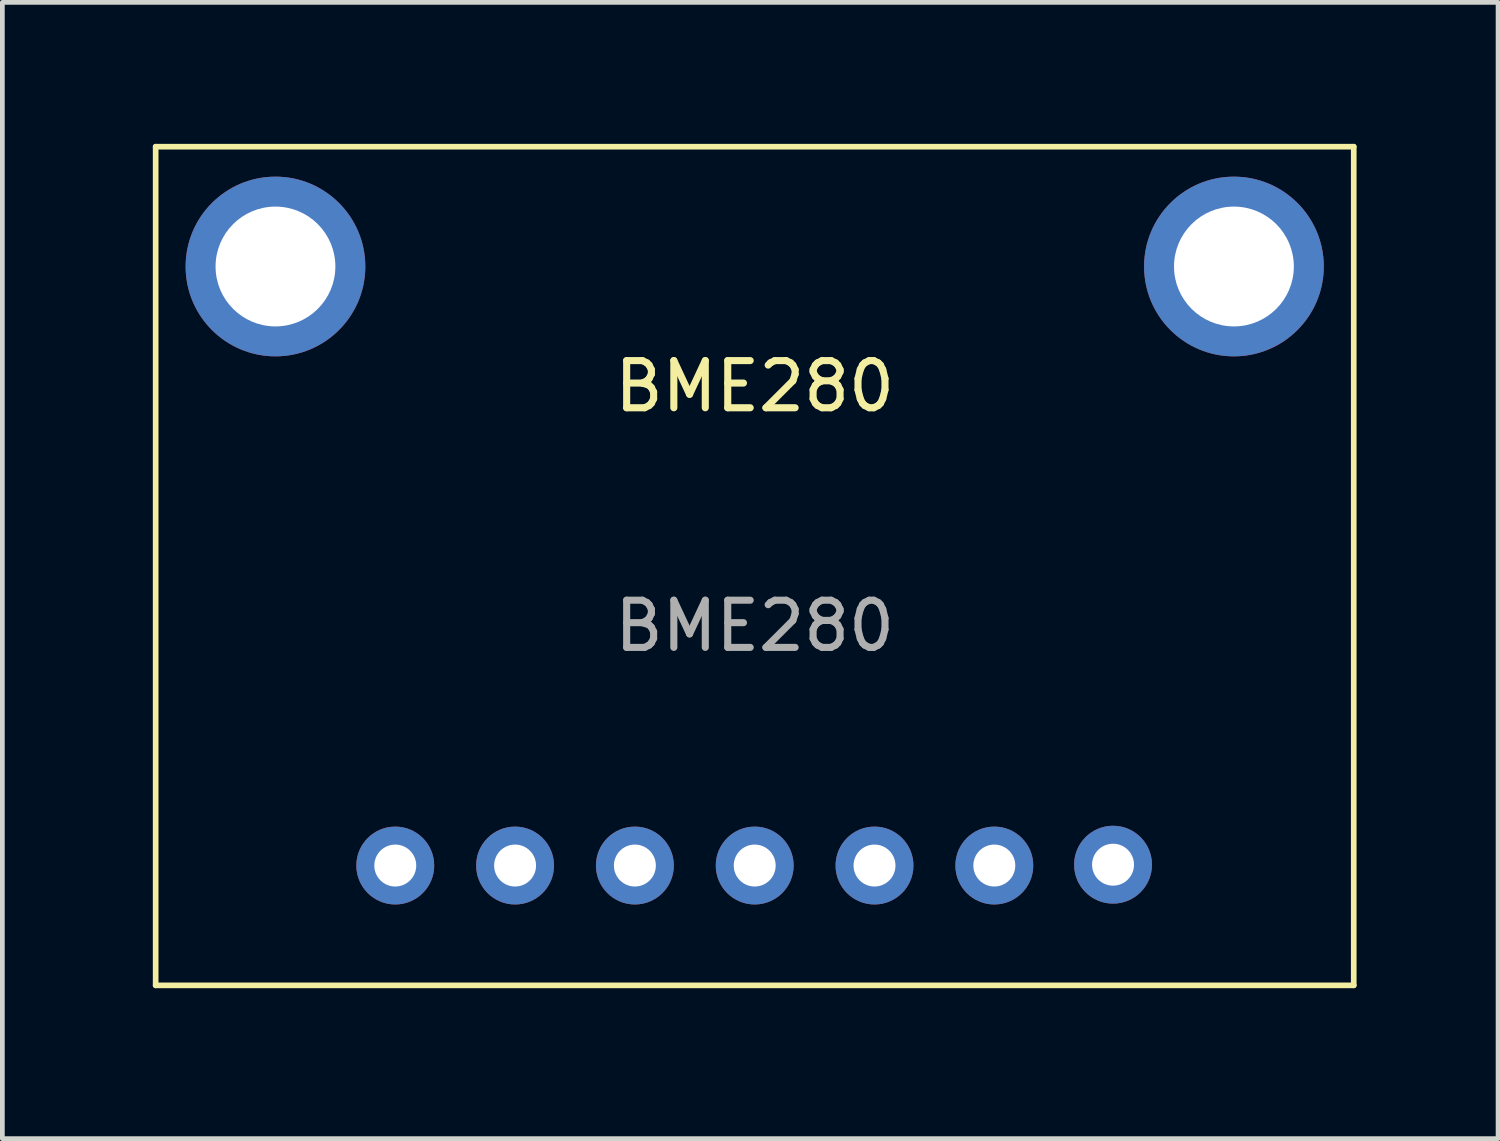
<source format=kicad_pcb>
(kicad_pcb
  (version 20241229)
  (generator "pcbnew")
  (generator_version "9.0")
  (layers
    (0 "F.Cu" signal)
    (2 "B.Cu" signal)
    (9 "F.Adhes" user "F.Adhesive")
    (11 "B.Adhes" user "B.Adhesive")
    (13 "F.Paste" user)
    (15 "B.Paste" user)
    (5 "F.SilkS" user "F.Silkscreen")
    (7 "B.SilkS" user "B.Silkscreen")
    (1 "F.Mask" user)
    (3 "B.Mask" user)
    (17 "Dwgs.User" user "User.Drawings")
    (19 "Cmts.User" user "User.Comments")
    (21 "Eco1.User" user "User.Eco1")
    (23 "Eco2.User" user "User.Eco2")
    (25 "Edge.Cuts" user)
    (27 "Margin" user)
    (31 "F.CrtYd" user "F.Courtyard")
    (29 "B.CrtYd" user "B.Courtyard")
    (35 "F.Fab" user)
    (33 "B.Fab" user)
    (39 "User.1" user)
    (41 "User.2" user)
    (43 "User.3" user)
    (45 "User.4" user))
  (footprint "BME280"
    (layer "F.Cu")
    (at 0.25 17.84)
    (property "Reference" "BME280" (at 12.7 -12.7 0) (unlocked yes) (layer "F.SilkS") (effects (font (size 1 1) (thickness 0.15))))
    (attr smd)
    (fp_line (start 0 -17.78) (end 0 0) (stroke (width 0.12) (type solid)) (layer "F.SilkS"))
    (fp_line (start 0 0) (end 25.4 0) (stroke (width 0.12) (type solid)) (layer "F.SilkS"))
    (fp_line (start 25.4 -17.78) (end 0 -17.78) (stroke (width 0.12) (type solid)) (layer "F.SilkS"))
    (fp_line (start 25.4 0) (end 25.4 -17.78) (stroke (width 0.12) (type solid)) (layer "F.SilkS"))
    (fp_text user "${REFERENCE}" (at 12.7 -7.62 0) (unlocked yes) (layer "F.Fab") (effects (font (size 1 1) (thickness 0.15))))
    (pad "1" thru_hole circle (at 2.54 -15.24) (size 3.81 3.81) (drill 2.54) (layers "*.Cu" "*.Mask"))
    (pad "2" thru_hole circle (at 22.86 -15.24) (size 3.81 3.81) (drill 2.54) (layers "*.Cu" "*.Mask"))
    (pad "3" thru_hole circle (at 5.08 -2.54) (size 1.651 1.651) (drill 0.889) (layers "*.Cu" "*.Mask"))
    (pad "4" thru_hole circle (at 7.62 -2.54) (size 1.651 1.651) (drill 0.889) (layers "*.Cu" "*.Mask"))
    (pad "5" thru_hole circle (at 10.16 -2.54) (size 1.651 1.651) (drill 0.889) (layers "*.Cu" "*.Mask"))
    (pad "6" thru_hole circle (at 12.7 -2.54) (size 1.651 1.651) (drill 0.889) (layers "*.Cu" "*.Mask"))
    (pad "7" thru_hole circle (at 15.24 -2.54) (size 1.651 1.651) (drill 0.889) (layers "*.Cu" "*.Mask"))
    (pad "8" thru_hole circle (at 17.78 -2.54) (size 1.651 1.651) (drill 0.889) (layers "*.Cu" "*.Mask"))
    (pad "9" thru_hole circle (at 20.297 -2.558) (size 1.651 1.651) (drill 0.889) (layers "*.Cu" "*.Mask")))
  (gr_rect
    (start -3 -3)
    (end 28.71 21.09)
    (stroke (width 0.1) (type default))
    (fill no)
    (layer "Edge.Cuts")))
</source>
